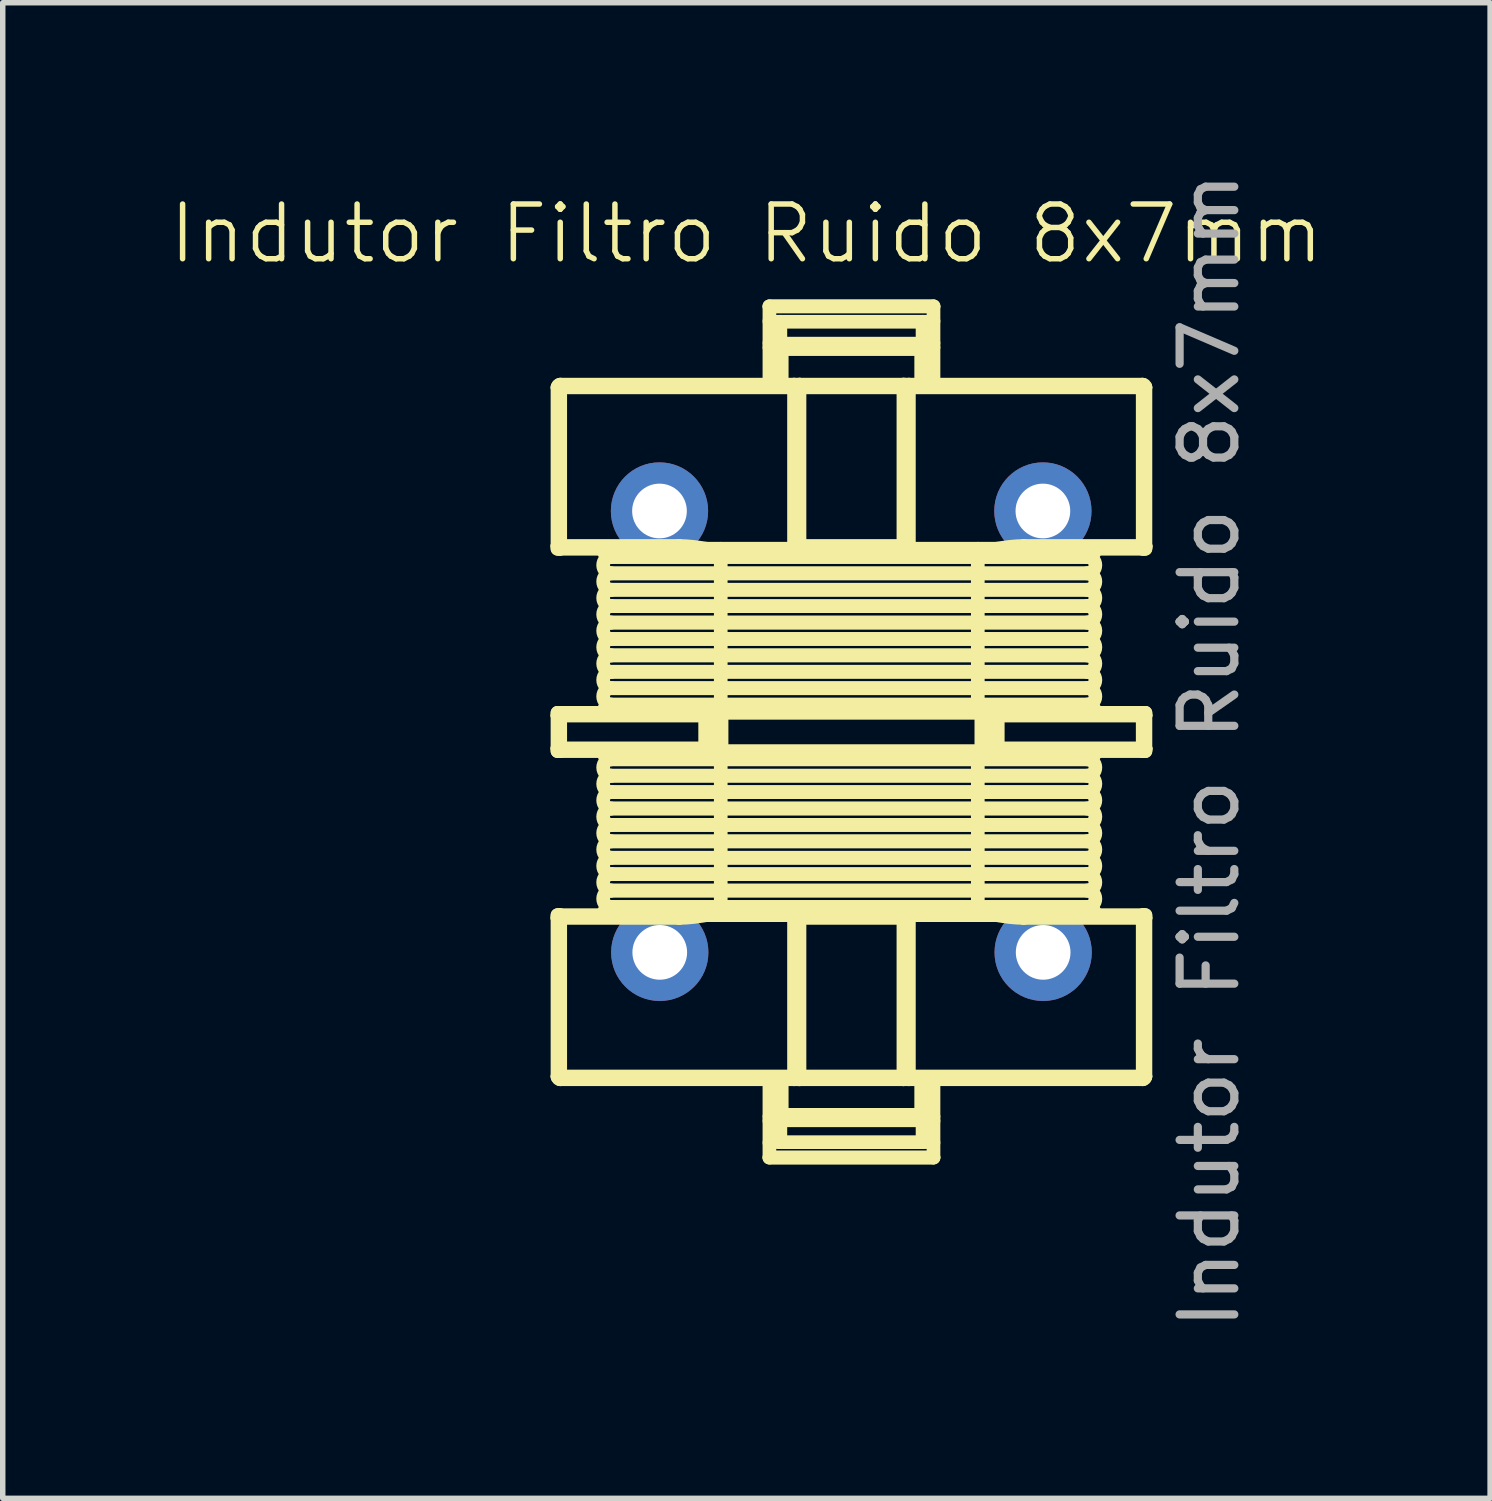
<source format=kicad_pcb>
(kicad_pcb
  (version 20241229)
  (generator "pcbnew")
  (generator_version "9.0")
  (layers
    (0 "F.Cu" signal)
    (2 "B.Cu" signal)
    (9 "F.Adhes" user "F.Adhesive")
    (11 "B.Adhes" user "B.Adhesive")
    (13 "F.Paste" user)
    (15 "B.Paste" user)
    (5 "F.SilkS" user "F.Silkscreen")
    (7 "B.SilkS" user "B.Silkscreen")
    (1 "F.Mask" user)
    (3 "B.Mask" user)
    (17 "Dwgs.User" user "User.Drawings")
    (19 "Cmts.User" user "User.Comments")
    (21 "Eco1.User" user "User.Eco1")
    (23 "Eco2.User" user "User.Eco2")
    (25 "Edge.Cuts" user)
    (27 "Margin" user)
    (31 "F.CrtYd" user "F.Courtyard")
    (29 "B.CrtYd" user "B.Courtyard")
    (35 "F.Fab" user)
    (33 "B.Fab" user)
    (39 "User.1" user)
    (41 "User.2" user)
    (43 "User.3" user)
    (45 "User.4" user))
  (footprint "Indutor Filtro Ruido 8x7mm"
    (layer "F.Cu")
    (at 10.598 1.723)
    (property "Reference" "Indutor Filtro Ruido 8x7mm" (at 0 -0.5 0) (unlocked yes) (layer "F.SilkS") (effects (font (size 1 1) (thickness 0.1))))
    (attr through_hole)
    (fp_line (start -3.455 2.31) (end -3.455 5.21) (stroke (width 0.25) (type solid)) (layer "F.SilkS"))
    (fp_line (start -3.455 2.31) (end 7.295 2.31) (stroke (width 0.25) (type solid)) (layer "F.SilkS"))
    (fp_line (start -3.455 8.31) (end -3.455 8.91) (stroke (width 0.25) (type solid)) (layer "F.SilkS"))
    (fp_line (start -3.455 12.01) (end -3.455 14.91) (stroke (width 0.25) (type solid)) (layer "F.SilkS"))
    (fp_line (start -3.455 12.01) (end -1.23 12.01) (stroke (width 0.25) (type solid)) (layer "F.SilkS"))
    (fp_line (start -3.405 5.26) (end -3.405 2.26) (stroke (width 0.25) (type solid)) (layer "F.SilkS"))
    (fp_line (start -3.405 5.26) (end -1.23 5.26) (stroke (width 0.25) (type solid)) (layer "F.SilkS"))
    (fp_line (start -3.405 8.26) (end -3.405 8.96) (stroke (width 0.25) (type solid)) (layer "F.SilkS"))
    (fp_line (start -3.405 8.96) (end -0.755 8.96) (stroke (width 0.25) (type solid)) (layer "F.SilkS"))
    (fp_line (start -3.405 14.96) (end -3.405 11.96) (stroke (width 0.25) (type solid)) (layer "F.SilkS"))
    (fp_line (start -3.405 14.96) (end 0.87 14.96) (stroke (width 0.25) (type solid)) (layer "F.SilkS"))
    (fp_line (start -2.47 5.41) (end 6.23 5.41) (stroke (width 0.25) (type solid)) (layer "F.SilkS"))
    (fp_line (start -2.47 5.71) (end 6.23 5.71) (stroke (width 0.25) (type solid)) (layer "F.SilkS"))
    (fp_line (start -2.47 6.01) (end 6.23 6.01) (stroke (width 0.25) (type solid)) (layer "F.SilkS"))
    (fp_line (start -2.47 6.31) (end 6.23 6.31) (stroke (width 0.25) (type solid)) (layer "F.SilkS"))
    (fp_line (start -2.47 6.61) (end 6.23 6.61) (stroke (width 0.25) (type solid)) (layer "F.SilkS"))
    (fp_line (start -2.47 6.91) (end 6.23 6.91) (stroke (width 0.25) (type solid)) (layer "F.SilkS"))
    (fp_line (start -2.47 7.21) (end 6.23 7.21) (stroke (width 0.25) (type solid)) (layer "F.SilkS"))
    (fp_line (start -2.47 7.51) (end 6.23 7.51) (stroke (width 0.25) (type solid)) (layer "F.SilkS"))
    (fp_line (start -2.47 7.81) (end 6.23 7.81) (stroke (width 0.25) (type solid)) (layer "F.SilkS"))
    (fp_line (start -2.47 8.11) (end 6.23 8.11) (stroke (width 0.25) (type solid)) (layer "F.SilkS"))
    (fp_line (start -2.47 9.11) (end 6.23 9.11) (stroke (width 0.25) (type solid)) (layer "F.SilkS"))
    (fp_line (start -2.47 9.41) (end 6.23 9.41) (stroke (width 0.25) (type solid)) (layer "F.SilkS"))
    (fp_line (start -2.47 9.71) (end 6.23 9.71) (stroke (width 0.25) (type solid)) (layer "F.SilkS"))
    (fp_line (start -2.47 10.01) (end 6.23 10.01) (stroke (width 0.25) (type solid)) (layer "F.SilkS"))
    (fp_line (start -2.47 10.31) (end 6.23 10.31) (stroke (width 0.25) (type solid)) (layer "F.SilkS"))
    (fp_line (start -2.47 10.61) (end 6.23 10.61) (stroke (width 0.25) (type solid)) (layer "F.SilkS"))
    (fp_line (start -2.47 10.91) (end 6.23 10.91) (stroke (width 0.25) (type solid)) (layer "F.SilkS"))
    (fp_line (start -2.47 11.21) (end 6.23 11.21) (stroke (width 0.25) (type solid)) (layer "F.SilkS"))
    (fp_line (start -2.47 11.51) (end 6.23 11.51) (stroke (width 0.25) (type solid)) (layer "F.SilkS"))
    (fp_line (start -2.47 11.81) (end 6.23 11.81) (stroke (width 0.25) (type solid)) (layer "F.SilkS"))
    (fp_line (start -1.23 5.21) (end -3.455 5.21) (stroke (width 0.25) (type solid)) (layer "F.SilkS"))
    (fp_line (start -1.23 5.21) (end -1.23 5.26) (stroke (width 0.25) (type solid)) (layer "F.SilkS"))
    (fp_line (start -1.23 11.96) (end -3.405 11.96) (stroke (width 0.25) (type solid)) (layer "F.SilkS"))
    (fp_line (start -1.23 12.01) (end -1.23 11.96) (stroke (width 0.25) (type solid)) (layer "F.SilkS"))
    (fp_line (start -0.755 8.26) (end -3.405 8.26) (stroke (width 0.25) (type solid)) (layer "F.SilkS"))
    (fp_line (start -0.755 8.96) (end -0.755 8.26) (stroke (width 0.25) (type solid)) (layer "F.SilkS"))
    (fp_line (start -0.736 11.96) (end 0.883 11.96) (stroke (width 0.25) (type solid)) (layer "F.SilkS"))
    (fp_line (start -0.705 8.91) (end -0.705 8.31) (stroke (width 0.25) (type solid)) (layer "F.SilkS"))
    (fp_line (start -0.665 8.26) (end 4.505 8.26) (stroke (width 0.25) (type solid)) (layer "F.SilkS"))
    (fp_line (start -0.665 8.96) (end 4.505 8.96) (stroke (width 0.25) (type solid)) (layer "F.SilkS"))
    (fp_line (start -0.652 8.31) (end -3.455 8.31) (stroke (width 0.25) (type solid)) (layer "F.SilkS"))
    (fp_line (start -0.652 8.31) (end -0.652 8.91) (stroke (width 0.25) (type solid)) (layer "F.SilkS"))
    (fp_line (start -0.652 8.91) (end -3.455 8.91) (stroke (width 0.25) (type solid)) (layer "F.SilkS"))
    (fp_line (start -0.47 5.26) (end -0.47 5.41) (stroke (width 0.25) (type solid)) (layer "F.SilkS"))
    (fp_line (start -0.47 5.41) (end -0.47 5.71) (stroke (width 0.25) (type solid)) (layer "F.SilkS"))
    (fp_line (start -0.47 5.71) (end -0.47 6.01) (stroke (width 0.25) (type solid)) (layer "F.SilkS"))
    (fp_line (start -0.47 6.01) (end -0.47 6.31) (stroke (width 0.25) (type solid)) (layer "F.SilkS"))
    (fp_line (start -0.47 6.31) (end -0.47 6.61) (stroke (width 0.25) (type solid)) (layer "F.SilkS"))
    (fp_line (start -0.47 6.61) (end -0.47 6.91) (stroke (width 0.25) (type solid)) (layer "F.SilkS"))
    (fp_line (start -0.47 6.91) (end -0.47 7.21) (stroke (width 0.25) (type solid)) (layer "F.SilkS"))
    (fp_line (start -0.47 7.21) (end -0.47 7.51) (stroke (width 0.25) (type solid)) (layer "F.SilkS"))
    (fp_line (start -0.47 7.51) (end -0.47 7.81) (stroke (width 0.25) (type solid)) (layer "F.SilkS"))
    (fp_line (start -0.47 7.81) (end -0.47 8.11) (stroke (width 0.25) (type solid)) (layer "F.SilkS"))
    (fp_line (start -0.47 8.11) (end -0.47 8.26) (stroke (width 0.25) (type solid)) (layer "F.SilkS"))
    (fp_line (start -0.47 8.96) (end -0.47 9.11) (stroke (width 0.25) (type solid)) (layer "F.SilkS"))
    (fp_line (start -0.47 9.11) (end -0.47 9.41) (stroke (width 0.25) (type solid)) (layer "F.SilkS"))
    (fp_line (start -0.47 9.41) (end -0.47 9.71) (stroke (width 0.25) (type solid)) (layer "F.SilkS"))
    (fp_line (start -0.47 9.71) (end -0.47 10.01) (stroke (width 0.25) (type solid)) (layer "F.SilkS"))
    (fp_line (start -0.47 10.01) (end -0.47 10.31) (stroke (width 0.25) (type solid)) (layer "F.SilkS"))
    (fp_line (start -0.47 10.31) (end -0.47 10.61) (stroke (width 0.25) (type solid)) (layer "F.SilkS"))
    (fp_line (start -0.47 10.61) (end -0.47 10.91) (stroke (width 0.25) (type solid)) (layer "F.SilkS"))
    (fp_line (start -0.47 10.91) (end -0.47 11.21) (stroke (width 0.25) (type solid)) (layer "F.SilkS"))
    (fp_line (start -0.47 11.21) (end -0.47 11.51) (stroke (width 0.25) (type solid)) (layer "F.SilkS"))
    (fp_line (start -0.47 11.51) (end -0.47 11.81) (stroke (width 0.25) (type solid)) (layer "F.SilkS"))
    (fp_line (start -0.47 11.81) (end -0.47 11.96) (stroke (width 0.25) (type solid)) (layer "F.SilkS"))
    (fp_line (start -0.455 8.96) (end -0.455 8.26) (stroke (width 0.25) (type solid)) (layer "F.SilkS"))
    (fp_line (start -0.43 5.41) (end -0.43 5.41) (stroke (width 0.25) (type solid)) (layer "F.SilkS"))
    (fp_line (start -0.43 6.31) (end -0.43 6.31) (stroke (width 0.25) (type solid)) (layer "F.SilkS"))
    (fp_line (start -0.43 7.21) (end -0.43 7.21) (stroke (width 0.25) (type solid)) (layer "F.SilkS"))
    (fp_line (start -0.43 7.51) (end -0.43 7.51) (stroke (width 0.25) (type solid)) (layer "F.SilkS"))
    (fp_line (start -0.43 7.81) (end -0.43 7.81) (stroke (width 0.25) (type solid)) (layer "F.SilkS"))
    (fp_line (start -0.43 9.71) (end -0.43 9.71) (stroke (width 0.25) (type solid)) (layer "F.SilkS"))
    (fp_line (start -0.43 10.01) (end -0.43 10.01) (stroke (width 0.25) (type solid)) (layer "F.SilkS"))
    (fp_line (start -0.43 10.91) (end -0.43 10.91) (stroke (width 0.25) (type solid)) (layer "F.SilkS"))
    (fp_line (start -0.43 11.81) (end -0.43 11.81) (stroke (width 0.25) (type solid)) (layer "F.SilkS"))
    (fp_line (start 0.42 1.578) (end 0.577 1.578) (stroke (width 0.25) (type solid)) (layer "F.SilkS"))
    (fp_line (start 0.42 2.26) (end 0.42 0.828) (stroke (width 0.25) (type solid)) (layer "F.SilkS"))
    (fp_line (start 0.42 16.391) (end 3.42 16.391) (stroke (width 0.25) (type solid)) (layer "F.SilkS"))
    (fp_line (start 0.42 16.392) (end 0.42 14.96) (stroke (width 0.25) (type solid)) (layer "F.SilkS"))
    (fp_line (start 0.42 16.392) (end 3.42 16.392) (stroke (width 0.25) (type solid)) (layer "F.SilkS"))
    (fp_line (start 0.545 1.61) (end 3.295 1.61) (stroke (width 0.25) (type solid)) (layer "F.SilkS"))
    (fp_line (start 0.545 2.26) (end 0.545 1.61) (stroke (width 0.25) (type solid)) (layer "F.SilkS"))
    (fp_line (start 0.545 15.61) (end 0.545 14.96) (stroke (width 0.25) (type solid)) (layer "F.SilkS"))
    (fp_line (start 0.545 15.61) (end 0.645 15.71) (stroke (width 0.25) (type solid)) (layer "F.SilkS"))
    (fp_line (start 0.577 15.642) (end 0.42 15.642) (stroke (width 0.25) (type solid)) (layer "F.SilkS"))
    (fp_line (start 0.62 1.11) (end 3.22 1.11) (stroke (width 0.25) (type solid)) (layer "F.SilkS"))
    (fp_line (start 0.62 1.51) (end 0.62 1.11) (stroke (width 0.25) (type solid)) (layer "F.SilkS"))
    (fp_line (start 0.62 15.71) (end 3.22 15.71) (stroke (width 0.25) (type solid)) (layer "F.SilkS"))
    (fp_line (start 0.62 16.11) (end 0.62 15.71) (stroke (width 0.25) (type solid)) (layer "F.SilkS"))
    (fp_line (start 0.645 1.51) (end 0.545 1.61) (stroke (width 0.25) (type solid)) (layer "F.SilkS"))
    (fp_line (start 0.645 2.26) (end 0.645 1.51) (stroke (width 0.25) (type solid)) (layer "F.SilkS"))
    (fp_line (start 0.645 15.71) (end 0.645 14.96) (stroke (width 0.25) (type solid)) (layer "F.SilkS"))
    (fp_line (start 0.87 2.26) (end -3.405 2.26) (stroke (width 0.25) (type solid)) (layer "F.SilkS"))
    (fp_line (start 0.87 2.26) (end 0.87 5.21) (stroke (width 0.25) (type solid)) (layer "F.SilkS"))
    (fp_line (start 0.87 12.01) (end 0.87 14.96) (stroke (width 0.25) (type solid)) (layer "F.SilkS"))
    (fp_line (start 0.87 12.01) (end 2.97 12.01) (stroke (width 0.25) (type solid)) (layer "F.SilkS"))
    (fp_line (start 0.883 5.26) (end -0.736 5.26) (stroke (width 0.25) (type solid)) (layer "F.SilkS"))
    (fp_line (start 0.92 2.31) (end 0.92 5.21) (stroke (width 0.25) (type solid)) (layer "F.SilkS"))
    (fp_line (start 0.92 12.01) (end 0.92 14.91) (stroke (width 0.25) (type solid)) (layer "F.SilkS"))
    (fp_line (start 0.97 5.26) (end 0.97 2.26) (stroke (width 0.25) (type solid)) (layer "F.SilkS"))
    (fp_line (start 0.97 5.26) (end 2.87 5.26) (stroke (width 0.25) (type solid)) (layer "F.SilkS"))
    (fp_line (start 0.97 14.96) (end 0.97 11.96) (stroke (width 0.25) (type solid)) (layer "F.SilkS"))
    (fp_line (start 0.97 14.96) (end 2.87 14.96) (stroke (width 0.25) (type solid)) (layer "F.SilkS"))
    (fp_line (start 2.87 2.26) (end 0.97 2.26) (stroke (width 0.25) (type solid)) (layer "F.SilkS"))
    (fp_line (start 2.87 2.26) (end 2.87 5.26) (stroke (width 0.25) (type solid)) (layer "F.SilkS"))
    (fp_line (start 2.87 11.96) (end 0.97 11.96) (stroke (width 0.25) (type solid)) (layer "F.SilkS"))
    (fp_line (start 2.87 11.96) (end 2.87 14.96) (stroke (width 0.25) (type solid)) (layer "F.SilkS"))
    (fp_line (start 2.92 5.21) (end 2.92 2.31) (stroke (width 0.25) (type solid)) (layer "F.SilkS"))
    (fp_line (start 2.92 14.91) (end 2.92 12.01) (stroke (width 0.25) (type solid)) (layer "F.SilkS"))
    (fp_line (start 2.957 11.96) (end 4.576 11.96) (stroke (width 0.25) (type solid)) (layer "F.SilkS"))
    (fp_line (start 2.97 5.21) (end 0.87 5.21) (stroke (width 0.25) (type solid)) (layer "F.SilkS"))
    (fp_line (start 2.97 5.21) (end 2.97 2.26) (stroke (width 0.25) (type solid)) (layer "F.SilkS"))
    (fp_line (start 2.97 14.96) (end 2.97 12.01) (stroke (width 0.25) (type solid)) (layer "F.SilkS"))
    (fp_line (start 2.97 14.96) (end 7.245 14.96) (stroke (width 0.25) (type solid)) (layer "F.SilkS"))
    (fp_line (start 3.195 1.51) (end 3.195 2.26) (stroke (width 0.25) (type solid)) (layer "F.SilkS"))
    (fp_line (start 3.195 1.51) (end 3.295 1.61) (stroke (width 0.25) (type solid)) (layer "F.SilkS"))
    (fp_line (start 3.195 14.96) (end 3.195 15.71) (stroke (width 0.25) (type solid)) (layer "F.SilkS"))
    (fp_line (start 3.22 1.11) (end 3.22 1.51) (stroke (width 0.25) (type solid)) (layer "F.SilkS"))
    (fp_line (start 3.22 1.51) (end 0.62 1.51) (stroke (width 0.25) (type solid)) (layer "F.SilkS"))
    (fp_line (start 3.22 15.71) (end 3.22 16.11) (stroke (width 0.25) (type solid)) (layer "F.SilkS"))
    (fp_line (start 3.22 16.11) (end 0.62 16.11) (stroke (width 0.25) (type solid)) (layer "F.SilkS"))
    (fp_line (start 3.263 1.578) (end 3.42 1.578) (stroke (width 0.25) (type solid)) (layer "F.SilkS"))
    (fp_line (start 3.295 1.61) (end 3.295 2.26) (stroke (width 0.25) (type solid)) (layer "F.SilkS"))
    (fp_line (start 3.295 14.96) (end 3.295 15.61) (stroke (width 0.25) (type solid)) (layer "F.SilkS"))
    (fp_line (start 3.295 15.61) (end 0.545 15.61) (stroke (width 0.25) (type solid)) (layer "F.SilkS"))
    (fp_line (start 3.295 15.61) (end 3.195 15.71) (stroke (width 0.25) (type solid)) (layer "F.SilkS"))
    (fp_line (start 3.42 0.828) (end 0.42 0.828) (stroke (width 0.25) (type solid)) (layer "F.SilkS"))
    (fp_line (start 3.42 0.829) (end 0.42 0.829) (stroke (width 0.25) (type solid)) (layer "F.SilkS"))
    (fp_line (start 3.42 2.26) (end 3.42 0.828) (stroke (width 0.25) (type solid)) (layer "F.SilkS"))
    (fp_line (start 3.42 15.642) (end 3.263 15.642) (stroke (width 0.25) (type solid)) (layer "F.SilkS"))
    (fp_line (start 3.42 16.392) (end 3.42 14.96) (stroke (width 0.25) (type solid)) (layer "F.SilkS"))
    (fp_line (start 4.23 5.41) (end 4.23 5.26) (stroke (width 0.25) (type solid)) (layer "F.SilkS"))
    (fp_line (start 4.23 5.71) (end 4.23 5.41) (stroke (width 0.25) (type solid)) (layer "F.SilkS"))
    (fp_line (start 4.23 6.01) (end 4.23 5.71) (stroke (width 0.25) (type solid)) (layer "F.SilkS"))
    (fp_line (start 4.23 6.31) (end 4.23 6.01) (stroke (width 0.25) (type solid)) (layer "F.SilkS"))
    (fp_line (start 4.23 6.61) (end 4.23 6.31) (stroke (width 0.25) (type solid)) (layer "F.SilkS"))
    (fp_line (start 4.23 6.91) (end 4.23 6.61) (stroke (width 0.25) (type solid)) (layer "F.SilkS"))
    (fp_line (start 4.23 7.21) (end 4.23 6.91) (stroke (width 0.25) (type solid)) (layer "F.SilkS"))
    (fp_line (start 4.23 7.51) (end 4.23 7.21) (stroke (width 0.25) (type solid)) (layer "F.SilkS"))
    (fp_line (start 4.23 7.81) (end 4.23 7.51) (stroke (width 0.25) (type solid)) (layer "F.SilkS"))
    (fp_line (start 4.23 8.11) (end 4.23 7.81) (stroke (width 0.25) (type solid)) (layer "F.SilkS"))
    (fp_line (start 4.23 8.26) (end 4.23 8.11) (stroke (width 0.25) (type solid)) (layer "F.SilkS"))
    (fp_line (start 4.23 9.11) (end 4.23 8.96) (stroke (width 0.25) (type solid)) (layer "F.SilkS"))
    (fp_line (start 4.23 9.41) (end 4.23 9.11) (stroke (width 0.25) (type solid)) (layer "F.SilkS"))
    (fp_line (start 4.23 9.71) (end 4.23 9.41) (stroke (width 0.25) (type solid)) (layer "F.SilkS"))
    (fp_line (start 4.23 10.01) (end 4.23 9.71) (stroke (width 0.25) (type solid)) (layer "F.SilkS"))
    (fp_line (start 4.23 10.31) (end 4.23 10.01) (stroke (width 0.25) (type solid)) (layer "F.SilkS"))
    (fp_line (start 4.23 10.61) (end 4.23 10.31) (stroke (width 0.25) (type solid)) (layer "F.SilkS"))
    (fp_line (start 4.23 10.91) (end 4.23 10.61) (stroke (width 0.25) (type solid)) (layer "F.SilkS"))
    (fp_line (start 4.23 11.21) (end 4.23 10.91) (stroke (width 0.25) (type solid)) (layer "F.SilkS"))
    (fp_line (start 4.23 11.51) (end 4.23 11.21) (stroke (width 0.25) (type solid)) (layer "F.SilkS"))
    (fp_line (start 4.23 11.81) (end 4.23 11.51) (stroke (width 0.25) (type solid)) (layer "F.SilkS"))
    (fp_line (start 4.23 11.96) (end 4.23 11.81) (stroke (width 0.25) (type solid)) (layer "F.SilkS"))
    (fp_line (start 4.27 5.41) (end 4.27 5.41) (stroke (width 0.25) (type solid)) (layer "F.SilkS"))
    (fp_line (start 4.27 6.31) (end 4.27 6.31) (stroke (width 0.25) (type solid)) (layer "F.SilkS"))
    (fp_line (start 4.27 7.21) (end 4.27 7.21) (stroke (width 0.25) (type solid)) (layer "F.SilkS"))
    (fp_line (start 4.27 10.01) (end 4.27 10.01) (stroke (width 0.25) (type solid)) (layer "F.SilkS"))
    (fp_line (start 4.27 10.91) (end 4.27 10.91) (stroke (width 0.25) (type solid)) (layer "F.SilkS"))
    (fp_line (start 4.27 11.81) (end 4.27 11.81) (stroke (width 0.25) (type solid)) (layer "F.SilkS"))
    (fp_line (start 4.295 8.26) (end 4.295 8.96) (stroke (width 0.25) (type solid)) (layer "F.SilkS"))
    (fp_line (start 4.492 8.91) (end 4.492 8.31) (stroke (width 0.25) (type solid)) (layer "F.SilkS"))
    (fp_line (start 4.545 8.31) (end 4.545 8.91) (stroke (width 0.25) (type solid)) (layer "F.SilkS"))
    (fp_line (start 4.576 5.26) (end 2.957 5.26) (stroke (width 0.25) (type solid)) (layer "F.SilkS"))
    (fp_line (start 4.595 8.26) (end 4.595 8.96) (stroke (width 0.25) (type solid)) (layer "F.SilkS"))
    (fp_line (start 4.595 8.96) (end 7.245 8.96) (stroke (width 0.25) (type solid)) (layer "F.SilkS"))
    (fp_line (start 5.07 5.21) (end 5.07 5.26) (stroke (width 0.25) (type solid)) (layer "F.SilkS"))
    (fp_line (start 5.07 5.26) (end 7.245 5.26) (stroke (width 0.25) (type solid)) (layer "F.SilkS"))
    (fp_line (start 5.07 12.01) (end 5.07 11.96) (stroke (width 0.25) (type solid)) (layer "F.SilkS"))
    (fp_line (start 5.07 12.01) (end 7.295 12.01) (stroke (width 0.25) (type solid)) (layer "F.SilkS"))
    (fp_line (start 6.23 5.41) (end -2.47 5.41) (stroke (width 0.25) (type solid)) (layer "F.SilkS"))
    (fp_line (start 6.23 5.71) (end -2.47 5.71) (stroke (width 0.25) (type solid)) (layer "F.SilkS"))
    (fp_line (start 6.23 6.01) (end -2.47 6.01) (stroke (width 0.25) (type solid)) (layer "F.SilkS"))
    (fp_line (start 6.23 6.31) (end -2.47 6.31) (stroke (width 0.25) (type solid)) (layer "F.SilkS"))
    (fp_line (start 6.23 6.61) (end -2.47 6.61) (stroke (width 0.25) (type solid)) (layer "F.SilkS"))
    (fp_line (start 6.23 6.91) (end -2.47 6.91) (stroke (width 0.25) (type solid)) (layer "F.SilkS"))
    (fp_line (start 6.23 7.21) (end -2.47 7.21) (stroke (width 0.25) (type solid)) (layer "F.SilkS"))
    (fp_line (start 6.23 7.51) (end -2.47 7.51) (stroke (width 0.25) (type solid)) (layer "F.SilkS"))
    (fp_line (start 6.23 7.81) (end -2.47 7.81) (stroke (width 0.25) (type solid)) (layer "F.SilkS"))
    (fp_line (start 6.23 8.11) (end -2.47 8.11) (stroke (width 0.25) (type solid)) (layer "F.SilkS"))
    (fp_line (start 6.23 9.11) (end -2.47 9.11) (stroke (width 0.25) (type solid)) (layer "F.SilkS"))
    (fp_line (start 6.23 9.41) (end -2.47 9.41) (stroke (width 0.25) (type solid)) (layer "F.SilkS"))
    (fp_line (start 6.23 9.71) (end -2.47 9.71) (stroke (width 0.25) (type solid)) (layer "F.SilkS"))
    (fp_line (start 6.23 10.01) (end -2.47 10.01) (stroke (width 0.25) (type solid)) (layer "F.SilkS"))
    (fp_line (start 6.23 10.31) (end -2.47 10.31) (stroke (width 0.25) (type solid)) (layer "F.SilkS"))
    (fp_line (start 6.23 10.61) (end -2.47 10.61) (stroke (width 0.25) (type solid)) (layer "F.SilkS"))
    (fp_line (start 6.23 10.91) (end -2.47 10.91) (stroke (width 0.25) (type solid)) (layer "F.SilkS"))
    (fp_line (start 6.23 11.21) (end -2.47 11.21) (stroke (width 0.25) (type solid)) (layer "F.SilkS"))
    (fp_line (start 6.23 11.51) (end -2.47 11.51) (stroke (width 0.25) (type solid)) (layer "F.SilkS"))
    (fp_line (start 6.23 11.81) (end -2.47 11.81) (stroke (width 0.25) (type solid)) (layer "F.SilkS"))
    (fp_line (start 7.245 2.26) (end 2.97 2.26) (stroke (width 0.25) (type solid)) (layer "F.SilkS"))
    (fp_line (start 7.245 2.26) (end 7.245 5.26) (stroke (width 0.25) (type solid)) (layer "F.SilkS"))
    (fp_line (start 7.245 8.26) (end 4.595 8.26) (stroke (width 0.25) (type solid)) (layer "F.SilkS"))
    (fp_line (start 7.245 8.26) (end 7.245 8.96) (stroke (width 0.25) (type solid)) (layer "F.SilkS"))
    (fp_line (start 7.245 11.96) (end 5.07 11.96) (stroke (width 0.25) (type solid)) (layer "F.SilkS"))
    (fp_line (start 7.245 11.96) (end 7.245 14.96) (stroke (width 0.25) (type solid)) (layer "F.SilkS"))
    (fp_line (start 7.295 2.31) (end 7.295 5.21) (stroke (width 0.25) (type solid)) (layer "F.SilkS"))
    (fp_line (start 7.295 5.21) (end 5.07 5.21) (stroke (width 0.25) (type solid)) (layer "F.SilkS"))
    (fp_line (start 7.295 8.31) (end 4.492 8.31) (stroke (width 0.25) (type solid)) (layer "F.SilkS"))
    (fp_line (start 7.295 8.31) (end 7.295 8.91) (stroke (width 0.25) (type solid)) (layer "F.SilkS"))
    (fp_line (start 7.295 8.91) (end 4.492 8.91) (stroke (width 0.25) (type solid)) (layer "F.SilkS"))
    (fp_line (start 7.295 12.01) (end 7.295 14.91) (stroke (width 0.25) (type solid)) (layer "F.SilkS"))
    (fp_line (start 7.295 14.91) (end -3.455 14.91) (stroke (width 0.25) (type solid)) (layer "F.SilkS"))
    (fp_arc (start -3.455 2.31) (mid -3.440355 2.274645) (end -3.405 2.26) (stroke (width 0.25) (type solid)) (layer "F.SilkS"))
    (fp_arc (start -3.455 8.31) (mid -3.440355 8.274645) (end -3.405 8.26) (stroke (width 0.25) (type solid)) (layer "F.SilkS"))
    (fp_arc (start -3.455 12.01) (mid -3.440355 11.974645) (end -3.405 11.96) (stroke (width 0.25) (type solid)) (layer "F.SilkS"))
    (fp_arc (start -3.405 5.26) (mid -3.440355 5.245355) (end -3.455 5.21) (stroke (width 0.25) (type solid)) (layer "F.SilkS"))
    (fp_arc (start -3.405 8.96) (mid -3.440355 8.945355) (end -3.455 8.91) (stroke (width 0.25) (type solid)) (layer "F.SilkS"))
    (fp_arc (start -3.405 14.96) (mid -3.440355 14.945355) (end -3.455 14.91) (stroke (width 0.25) (type solid)) (layer "F.SilkS"))
    (fp_arc (start -2.620152 8.2601) (mid -2.576218 8.154034) (end -2.470152 8.1101) (stroke (width 0.25) (type solid)) (layer "F.SilkS"))
    (fp_arc (start -2.620152 11.96) (mid -2.576218 11.853934) (end -2.470152 11.81) (stroke (width 0.25) (type solid)) (layer "F.SilkS"))
    (fp_arc (start -2.470152 5.41) (mid -2.576218 5.366066) (end -2.620152 5.26) (stroke (width 0.25) (type solid)) (layer "F.SilkS"))
    (fp_arc (start -2.470152 5.71001) (mid -2.620152 5.56001) (end -2.470152 5.41001) (stroke (width 0.25) (type solid)) (layer "F.SilkS"))
    (fp_arc (start -2.470152 6.01002) (mid -2.620152 5.86002) (end -2.470152 5.71002) (stroke (width 0.25) (type solid)) (layer "F.SilkS"))
    (fp_arc (start -2.470152 6.31003) (mid -2.620152 6.16003) (end -2.470152 6.01003) (stroke (width 0.25) (type solid)) (layer "F.SilkS"))
    (fp_arc (start -2.470152 6.61004) (mid -2.620152 6.46004) (end -2.470152 6.31004) (stroke (width 0.25) (type solid)) (layer "F.SilkS"))
    (fp_arc (start -2.470152 6.91005) (mid -2.620152 6.76005) (end -2.470152 6.61005) (stroke (width 0.25) (type solid)) (layer "F.SilkS"))
    (fp_arc (start -2.470152 7.21006) (mid -2.620152 7.06006) (end -2.470152 6.91006) (stroke (width 0.25) (type solid)) (layer "F.SilkS"))
    (fp_arc (start -2.470152 7.51007) (mid -2.620152 7.36007) (end -2.470152 7.21007) (stroke (width 0.25) (type solid)) (layer "F.SilkS"))
    (fp_arc (start -2.470152 7.81008) (mid -2.620152 7.66008) (end -2.470152 7.51008) (stroke (width 0.25) (type solid)) (layer "F.SilkS"))
    (fp_arc (start -2.470152 8.11009) (mid -2.620152 7.96009) (end -2.470152 7.81009) (stroke (width 0.25) (type solid)) (layer "F.SilkS"))
    (fp_arc (start -2.470152 9.1099) (mid -2.576218 9.065966) (end -2.620152 8.9599) (stroke (width 0.25) (type solid)) (layer "F.SilkS"))
    (fp_arc (start -2.470152 9.40991) (mid -2.620152 9.25991) (end -2.470152 9.10991) (stroke (width 0.25) (type solid)) (layer "F.SilkS"))
    (fp_arc (start -2.470152 9.70992) (mid -2.620152 9.55992) (end -2.470152 9.40992) (stroke (width 0.25) (type solid)) (layer "F.SilkS"))
    (fp_arc (start -2.470152 10.00993) (mid -2.620152 9.85993) (end -2.470152 9.70993) (stroke (width 0.25) (type solid)) (layer "F.SilkS"))
    (fp_arc (start -2.470152 10.30994) (mid -2.620152 10.15994) (end -2.470152 10.00994) (stroke (width 0.25) (type solid)) (layer "F.SilkS"))
    (fp_arc (start -2.470152 10.60995) (mid -2.620152 10.45995) (end -2.470152 10.30995) (stroke (width 0.25) (type solid)) (layer "F.SilkS"))
    (fp_arc (start -2.470152 10.90996) (mid -2.620152 10.75996) (end -2.470152 10.60996) (stroke (width 0.25) (type solid)) (layer "F.SilkS"))
    (fp_arc (start -2.470152 11.20997) (mid -2.620152 11.05997) (end -2.470152 10.90997) (stroke (width 0.25) (type solid)) (layer "F.SilkS"))
    (fp_arc (start -2.470152 11.50998) (mid -2.620152 11.35998) (end -2.470152 11.20998) (stroke (width 0.25) (type solid)) (layer "F.SilkS"))
    (fp_arc (start -2.470152 11.80999) (mid -2.620152 11.65999) (end -2.470152 11.50999) (stroke (width 0.25) (type solid)) (layer "F.SilkS"))
    (fp_arc (start -0.755 8.26) (mid -0.719645 8.274645) (end -0.705 8.31) (stroke (width 0.25) (type solid)) (layer "F.SilkS"))
    (fp_arc (start -0.755 8.96) (mid -0.752144 8.967071) (end -0.75152 8.974671) (stroke (width 0.25) (type solid)) (layer "F.SilkS"))
    (fp_arc (start -0.75152 8.245329) (mid -0.752144 8.252929) (end -0.755 8.26) (stroke (width 0.25) (type solid)) (layer "F.SilkS"))
    (fp_arc (start -0.705 8.91) (mid -0.719645 8.945355) (end -0.755 8.96) (stroke (width 0.25) (type solid)) (layer "F.SilkS"))
    (fp_arc (start 0.42 15.719988) (mid 0.519752 15.710025) (end 0.62 15.71) (stroke (width 0.25) (type solid)) (layer "F.SilkS"))
    (fp_arc (start 0.42 16.119488) (mid 0.519752 16.109526) (end 0.62 16.109501) (stroke (width 0.25) (type solid)) (layer "F.SilkS"))
    (fp_arc (start 0.62 1.110499) (mid 0.519752 1.110474) (end 0.42 1.100512) (stroke (width 0.25) (type solid)) (layer "F.SilkS"))
    (fp_arc (start 0.62 1.51) (mid 0.519752 1.509975) (end 0.42 1.500012) (stroke (width 0.25) (type solid)) (layer "F.SilkS"))
    (fp_arc (start 0.92 2.31) (mid 0.934645 2.274645) (end 0.97 2.26) (stroke (width 0.25) (type solid)) (layer "F.SilkS"))
    (fp_arc (start 0.92 12.01) (mid 0.934645 11.974645) (end 0.97 11.96) (stroke (width 0.25) (type solid)) (layer "F.SilkS"))
    (fp_arc (start 0.97 5.26) (mid 0.934645 5.245355) (end 0.92 5.21) (stroke (width 0.25) (type solid)) (layer "F.SilkS"))
    (fp_arc (start 0.97 14.96) (mid 0.934645 14.945355) (end 0.92 14.91) (stroke (width 0.25) (type solid)) (layer "F.SilkS"))
    (fp_arc (start 2.87 2.26) (mid 2.905355 2.274645) (end 2.92 2.31) (stroke (width 0.25) (type solid)) (layer "F.SilkS"))
    (fp_arc (start 2.87 11.96) (mid 2.905355 11.974645) (end 2.92 12.01) (stroke (width 0.25) (type solid)) (layer "F.SilkS"))
    (fp_arc (start 2.92 5.21) (mid 2.905355 5.245355) (end 2.87 5.26) (stroke (width 0.25) (type solid)) (layer "F.SilkS"))
    (fp_arc (start 2.92 14.91) (mid 2.905355 14.945355) (end 2.87 14.96) (stroke (width 0.25) (type solid)) (layer "F.SilkS"))
    (fp_arc (start 3.22 15.71) (mid 3.320248 15.710022) (end 3.42 15.719988) (stroke (width 0.25) (type solid)) (layer "F.SilkS"))
    (fp_arc (start 3.22 16.109501) (mid 3.320248 16.109523) (end 3.42 16.119488) (stroke (width 0.25) (type solid)) (layer "F.SilkS"))
    (fp_arc (start 3.42 1.100512) (mid 3.320248 1.110475) (end 3.22 1.110499) (stroke (width 0.25) (type solid)) (layer "F.SilkS"))
    (fp_arc (start 3.42 1.500012) (mid 3.320248 1.509968) (end 3.22 1.51) (stroke (width 0.25) (type solid)) (layer "F.SilkS"))
    (fp_arc (start 4.545 8.31) (mid 4.559645 8.274645) (end 4.595 8.26) (stroke (width 0.25) (type solid)) (layer "F.SilkS"))
    (fp_arc (start 4.595 8.96) (mid 4.559645 8.945355) (end 4.545 8.91) (stroke (width 0.25) (type solid)) (layer "F.SilkS"))
    (fp_arc (start 6.229848 5.41001) (mid 6.37985 5.56001) (end 6.229848 5.71001) (stroke (width 0.25) (type solid)) (layer "F.SilkS"))
    (fp_arc (start 6.229848 5.71002) (mid 6.37985 5.86002) (end 6.229848 6.01002) (stroke (width 0.25) (type solid)) (layer "F.SilkS"))
    (fp_arc (start 6.229848 6.01003) (mid 6.37985 6.16003) (end 6.229848 6.31003) (stroke (width 0.25) (type solid)) (layer "F.SilkS"))
    (fp_arc (start 6.229848 6.31004) (mid 6.37985 6.46004) (end 6.229848 6.61004) (stroke (width 0.25) (type solid)) (layer "F.SilkS"))
    (fp_arc (start 6.229848 6.61005) (mid 6.37985 6.76005) (end 6.229848 6.91005) (stroke (width 0.25) (type solid)) (layer "F.SilkS"))
    (fp_arc (start 6.229848 6.91006) (mid 6.37985 7.06006) (end 6.229848 7.21006) (stroke (width 0.25) (type solid)) (layer "F.SilkS"))
    (fp_arc (start 6.229848 7.21007) (mid 6.37985 7.36007) (end 6.229848 7.51007) (stroke (width 0.25) (type solid)) (layer "F.SilkS"))
    (fp_arc (start 6.229848 7.51008) (mid 6.37985 7.66008) (end 6.229848 7.81008) (stroke (width 0.25) (type solid)) (layer "F.SilkS"))
    (fp_arc (start 6.229848 7.81009) (mid 6.37985 7.96009) (end 6.229848 8.11009) (stroke (width 0.25) (type solid)) (layer "F.SilkS"))
    (fp_arc (start 6.229848 8.1101) (mid 6.335918 8.154045) (end 6.379848 8.2601) (stroke (width 0.25) (type solid)) (layer "F.SilkS"))
    (fp_arc (start 6.229848 9.10991) (mid 6.37985 9.25991) (end 6.229848 9.40991) (stroke (width 0.25) (type solid)) (layer "F.SilkS"))
    (fp_arc (start 6.229848 9.40992) (mid 6.37985 9.55992) (end 6.229848 9.70992) (stroke (width 0.25) (type solid)) (layer "F.SilkS"))
    (fp_arc (start 6.229848 9.70993) (mid 6.37985 9.85993) (end 6.229848 10.00993) (stroke (width 0.25) (type solid)) (layer "F.SilkS"))
    (fp_arc (start 6.229848 10.00994) (mid 6.37985 10.15994) (end 6.229848 10.30994) (stroke (width 0.25) (type solid)) (layer "F.SilkS"))
    (fp_arc (start 6.229848 10.30995) (mid 6.37985 10.45995) (end 6.229848 10.60995) (stroke (width 0.25) (type solid)) (layer "F.SilkS"))
    (fp_arc (start 6.229848 10.60996) (mid 6.37985 10.75996) (end 6.229848 10.90996) (stroke (width 0.25) (type solid)) (layer "F.SilkS"))
    (fp_arc (start 6.229848 10.90997) (mid 6.37985 11.05997) (end 6.229848 11.20997) (stroke (width 0.25) (type solid)) (layer "F.SilkS"))
    (fp_arc (start 6.229848 11.20998) (mid 6.37985 11.35998) (end 6.229848 11.50998) (stroke (width 0.25) (type solid)) (layer "F.SilkS"))
    (fp_arc (start 6.229848 11.50999) (mid 6.37985 11.65999) (end 6.229848 11.80999) (stroke (width 0.25) (type solid)) (layer "F.SilkS"))
    (fp_arc (start 6.229848 11.81) (mid 6.335918 11.853945) (end 6.379848 11.96) (stroke (width 0.25) (type solid)) (layer "F.SilkS"))
    (fp_arc (start 6.379848 5.26) (mid 6.335911 5.366048) (end 6.229848 5.41) (stroke (width 0.25) (type solid)) (layer "F.SilkS"))
    (fp_arc (start 6.379848 8.9599) (mid 6.335911 9.065948) (end 6.229848 9.1099) (stroke (width 0.25) (type solid)) (layer "F.SilkS"))
    (fp_arc (start 7.245 2.26) (mid 7.280355 2.274645) (end 7.295 2.31) (stroke (width 0.25) (type solid)) (layer "F.SilkS"))
    (fp_arc (start 7.245 8.26) (mid 7.280355 8.274645) (end 7.295 8.31) (stroke (width 0.25) (type solid)) (layer "F.SilkS"))
    (fp_arc (start 7.245 11.96) (mid 7.280355 11.974645) (end 7.295 12.01) (stroke (width 0.25) (type solid)) (layer "F.SilkS"))
    (fp_arc (start 7.295 5.21) (mid 7.280355 5.245355) (end 7.245 5.26) (stroke (width 0.25) (type solid)) (layer "F.SilkS"))
    (fp_arc (start 7.295 8.91) (mid 7.280355 8.945355) (end 7.245 8.96) (stroke (width 0.25) (type solid)) (layer "F.SilkS"))
    (fp_arc (start 7.295 14.91) (mid 7.280355 14.945355) (end 7.245 14.96) (stroke (width 0.25) (type solid)) (layer "F.SilkS"))
    (fp_curve (pts (xy -3.455 5.26) (xy -3.455 5.233) (xy -3.455 5.21) (xy -3.455 5.21)) (stroke (width 0.25) (type solid)) (layer "F.SilkS"))
    (fp_curve (pts (xy -3.455 5.26) (xy -3.453 5.26) (xy -3.45 5.26) (xy -3.442 5.26)) (stroke (width 0.25) (type solid)) (layer "F.SilkS"))
    (fp_curve (pts (xy -3.455 8.31) (xy -3.455 8.31) (xy -3.455 8.287) (xy -3.455 8.26)) (stroke (width 0.25) (type solid)) (layer "F.SilkS"))
    (fp_curve (pts (xy -3.455 8.96) (xy -3.455 8.933) (xy -3.455 8.91) (xy -3.455 8.91)) (stroke (width 0.25) (type solid)) (layer "F.SilkS"))
    (fp_curve (pts (xy -3.455 8.96) (xy -3.453 8.96) (xy -3.45 8.96) (xy -3.442 8.96)) (stroke (width 0.25) (type solid)) (layer "F.SilkS"))
    (fp_curve (pts (xy -3.455 12.01) (xy -3.455 12.01) (xy -3.455 11.987) (xy -3.455 11.96)) (stroke (width 0.25) (type solid)) (layer "F.SilkS"))
    (fp_curve (pts (xy -3.442 5.26) (xy -3.436 5.26) (xy -3.425 5.26) (xy -3.413 5.26)) (stroke (width 0.25) (type solid)) (layer "F.SilkS"))
    (fp_curve (pts (xy -3.442 8.26) (xy -3.452 8.26) (xy -3.453 8.26) (xy -3.455 8.26)) (stroke (width 0.25) (type solid)) (layer "F.SilkS"))
    (fp_curve (pts (xy -3.442 8.96) (xy -3.436 8.96) (xy -3.425 8.96) (xy -3.413 8.96)) (stroke (width 0.25) (type solid)) (layer "F.SilkS"))
    (fp_curve (pts (xy -3.442 11.96) (xy -3.452 11.96) (xy -3.453 11.96) (xy -3.455 11.96)) (stroke (width 0.25) (type solid)) (layer "F.SilkS"))
    (fp_curve (pts (xy -3.432 8.26) (xy -3.436 8.26) (xy -3.439 8.26) (xy -3.442 8.26)) (stroke (width 0.25) (type solid)) (layer "F.SilkS"))
    (fp_curve (pts (xy -3.432 11.96) (xy -3.436 11.96) (xy -3.439 11.96) (xy -3.442 11.96)) (stroke (width 0.25) (type solid)) (layer "F.SilkS"))
    (fp_curve (pts (xy -1.23 5.21) (xy -1.064 5.21) (xy -0.899 5.233) (xy -0.736 5.26)) (stroke (width 0.25) (type solid)) (layer "F.SilkS"))
    (fp_curve (pts (xy -1.23 5.26) (xy -1.179 5.26) (xy -1.128 5.26) (xy -1.077 5.26)) (stroke (width 0.25) (type solid)) (layer "F.SilkS"))
    (fp_curve (pts (xy -1.077 5.26) (xy -1.041 5.26) (xy -1.005 5.26) (xy -0.969 5.26)) (stroke (width 0.25) (type solid)) (layer "F.SilkS"))
    (fp_curve (pts (xy -1.077 11.96) (xy -1.128 11.96) (xy -1.179 11.96) (xy -1.23 11.96)) (stroke (width 0.25) (type solid)) (layer "F.SilkS"))
    (fp_curve (pts (xy -1.005 8.26) (xy -0.972 8.26) (xy -0.938 8.259) (xy -0.905 8.257)) (stroke (width 0.25) (type solid)) (layer "F.SilkS"))
    (fp_curve (pts (xy -0.969 5.26) (xy -0.924 5.26) (xy -0.879 5.26) (xy -0.834 5.26)) (stroke (width 0.25) (type solid)) (layer "F.SilkS"))
    (fp_curve (pts (xy -0.969 11.96) (xy -1.005 11.96) (xy -1.041 11.96) (xy -1.077 11.96)) (stroke (width 0.25) (type solid)) (layer "F.SilkS"))
    (fp_curve (pts (xy -0.905 8.257) (xy -0.854 8.255) (xy -0.803 8.25) (xy -0.752 8.245)) (stroke (width 0.25) (type solid)) (layer "F.SilkS"))
    (fp_curve (pts (xy -0.851 8.966) (xy -0.902 8.962) (xy -0.954 8.96) (xy -1.005 8.96)) (stroke (width 0.25) (type solid)) (layer "F.SilkS"))
    (fp_curve (pts (xy -0.834 5.26) (xy -0.802 5.26) (xy -0.769 5.26) (xy -0.736 5.26)) (stroke (width 0.25) (type solid)) (layer "F.SilkS"))
    (fp_curve (pts (xy -0.834 11.96) (xy -0.879 11.96) (xy -0.924 11.96) (xy -0.969 11.96)) (stroke (width 0.25) (type solid)) (layer "F.SilkS"))
    (fp_curve (pts (xy -0.752 8.975) (xy -0.785 8.971) (xy -0.818 8.968) (xy -0.851 8.966)) (stroke (width 0.25) (type solid)) (layer "F.SilkS"))
    (fp_curve (pts (xy -0.736 11.96) (xy -0.899 11.987) (xy -1.064 12.01) (xy -1.23 12.01)) (stroke (width 0.25) (type solid)) (layer "F.SilkS"))
    (fp_curve (pts (xy -0.736 11.96) (xy -0.769 11.96) (xy -0.802 11.96) (xy -0.834 11.96)) (stroke (width 0.25) (type solid)) (layer "F.SilkS"))
    (fp_curve (pts (xy -0.665 8.26) (xy -0.661 8.268) (xy -0.657 8.276) (xy -0.655 8.284)) (stroke (width 0.25) (type solid)) (layer "F.SilkS"))
    (fp_curve (pts (xy -0.655 8.936) (xy -0.657 8.944) (xy -0.661 8.952) (xy -0.665 8.96)) (stroke (width 0.25) (type solid)) (layer "F.SilkS"))
    (fp_curve (pts (xy -0.655 8.284) (xy -0.653 8.292) (xy -0.652 8.301) (xy -0.652 8.31)) (stroke (width 0.25) (type solid)) (layer "F.SilkS"))
    (fp_curve (pts (xy -0.652 8.91) (xy -0.652 8.919) (xy -0.653 8.928) (xy -0.655 8.936)) (stroke (width 0.25) (type solid)) (layer "F.SilkS"))
    (fp_curve (pts (xy 0.87 2.26) (xy 0.925 2.26) (xy 0.97 2.26) (xy 0.97 2.26)) (stroke (width 0.25) (type solid)) (layer "F.SilkS"))
    (fp_curve (pts (xy 0.873 11.984) (xy 0.871 11.992) (xy 0.871 12.001) (xy 0.87 12.01)) (stroke (width 0.25) (type solid)) (layer "F.SilkS"))
    (fp_curve (pts (xy 0.883 5.26) (xy 0.875 5.245) (xy 0.87 5.228) (xy 0.87 5.21)) (stroke (width 0.25) (type solid)) (layer "F.SilkS"))
    (fp_curve (pts (xy 0.883 11.96) (xy 0.879 11.968) (xy 0.876 11.976) (xy 0.873 11.984)) (stroke (width 0.25) (type solid)) (layer "F.SilkS"))
    (fp_curve (pts (xy 0.883 11.96) (xy 0.892 11.96) (xy 0.901 11.96) (xy 0.909 11.96)) (stroke (width 0.25) (type solid)) (layer "F.SilkS"))
    (fp_curve (pts (xy 0.909 5.26) (xy 0.901 5.26) (xy 0.892 5.26) (xy 0.883 5.26)) (stroke (width 0.25) (type solid)) (layer "F.SilkS"))
    (fp_curve (pts (xy 0.909 11.96) (xy 0.917 11.96) (xy 0.924 11.96) (xy 0.931 11.96)) (stroke (width 0.25) (type solid)) (layer "F.SilkS"))
    (fp_curve (pts (xy 0.931 5.26) (xy 0.924 5.26) (xy 0.917 5.26) (xy 0.909 5.26)) (stroke (width 0.25) (type solid)) (layer "F.SilkS"))
    (fp_curve (pts (xy 0.931 11.96) (xy 0.946 11.96) (xy 0.958 11.96) (xy 0.97 11.96)) (stroke (width 0.25) (type solid)) (layer "F.SilkS"))
    (fp_curve (pts (xy 0.941 14.96) (xy 0.922 14.96) (xy 0.897 14.96) (xy 0.87 14.96)) (stroke (width 0.25) (type solid)) (layer "F.SilkS"))
    (fp_curve (pts (xy 0.97 5.26) (xy 0.958 5.26) (xy 0.946 5.26) (xy 0.931 5.26)) (stroke (width 0.25) (type solid)) (layer "F.SilkS"))
    (fp_curve (pts (xy 0.97 14.96) (xy 0.97 14.96) (xy 0.959 14.96) (xy 0.941 14.96)) (stroke (width 0.25) (type solid)) (layer "F.SilkS"))
    (fp_curve (pts (xy 2.87 2.26) (xy 2.87 2.26) (xy 2.881 2.26) (xy 2.899 2.26)) (stroke (width 0.25) (type solid)) (layer "F.SilkS"))
    (fp_curve (pts (xy 2.87 11.96) (xy 2.882 11.96) (xy 2.894 11.96) (xy 2.909 11.96)) (stroke (width 0.25) (type solid)) (layer "F.SilkS"))
    (fp_curve (pts (xy 2.899 2.26) (xy 2.918 2.26) (xy 2.943 2.26) (xy 2.97 2.26)) (stroke (width 0.25) (type solid)) (layer "F.SilkS"))
    (fp_curve (pts (xy 2.909 5.26) (xy 2.894 5.26) (xy 2.882 5.26) (xy 2.87 5.26)) (stroke (width 0.25) (type solid)) (layer "F.SilkS"))
    (fp_curve (pts (xy 2.909 11.96) (xy 2.916 11.96) (xy 2.923 11.96) (xy 2.931 11.96)) (stroke (width 0.25) (type solid)) (layer "F.SilkS"))
    (fp_curve (pts (xy 2.931 5.26) (xy 2.923 5.26) (xy 2.916 5.26) (xy 2.909 5.26)) (stroke (width 0.25) (type solid)) (layer "F.SilkS"))
    (fp_curve (pts (xy 2.931 11.96) (xy 2.939 11.96) (xy 2.948 11.96) (xy 2.957 11.96)) (stroke (width 0.25) (type solid)) (layer "F.SilkS"))
    (fp_curve (pts (xy 2.957 5.26) (xy 2.948 5.26) (xy 2.939 5.26) (xy 2.931 5.26)) (stroke (width 0.25) (type solid)) (layer "F.SilkS"))
    (fp_curve (pts (xy 2.957 5.26) (xy 2.961 5.252) (xy 2.964 5.244) (xy 2.967 5.236)) (stroke (width 0.25) (type solid)) (layer "F.SilkS"))
    (fp_curve (pts (xy 2.957 11.96) (xy 2.965 11.975) (xy 2.97 11.992) (xy 2.97 12.01)) (stroke (width 0.25) (type solid)) (layer "F.SilkS"))
    (fp_curve (pts (xy 2.967 5.236) (xy 2.969 5.228) (xy 2.969 5.219) (xy 2.97 5.21)) (stroke (width 0.25) (type solid)) (layer "F.SilkS"))
    (fp_curve (pts (xy 2.97 14.96) (xy 2.915 14.96) (xy 2.87 14.96) (xy 2.87 14.96)) (stroke (width 0.25) (type solid)) (layer "F.SilkS"))
    (fp_curve (pts (xy 4.492 8.31) (xy 4.492 8.301) (xy 4.493 8.292) (xy 4.495 8.284)) (stroke (width 0.25) (type solid)) (layer "F.SilkS"))
    (fp_curve (pts (xy 4.495 8.936) (xy 4.493 8.928) (xy 4.492 8.919) (xy 4.492 8.91)) (stroke (width 0.25) (type solid)) (layer "F.SilkS"))
    (fp_curve (pts (xy 4.495 8.284) (xy 4.497 8.276) (xy 4.501 8.268) (xy 4.505 8.26)) (stroke (width 0.25) (type solid)) (layer "F.SilkS"))
    (fp_curve (pts (xy 4.505 8.96) (xy 4.501 8.952) (xy 4.497 8.944) (xy 4.495 8.936)) (stroke (width 0.25) (type solid)) (layer "F.SilkS"))
    (fp_curve (pts (xy 4.529 8.26) (xy 4.521 8.26) (xy 4.513 8.26) (xy 4.505 8.26)) (stroke (width 0.25) (type solid)) (layer "F.SilkS"))
    (fp_curve (pts (xy 4.532 8.959) (xy 4.523 8.959) (xy 4.514 8.96) (xy 4.505 8.96)) (stroke (width 0.25) (type solid)) (layer "F.SilkS"))
    (fp_curve (pts (xy 4.554 8.96) (xy 4.547 8.96) (xy 4.539 8.959) (xy 4.532 8.959)) (stroke (width 0.25) (type solid)) (layer "F.SilkS"))
    (fp_curve (pts (xy 4.554 8.26) (xy 4.546 8.26) (xy 4.538 8.26) (xy 4.529 8.26)) (stroke (width 0.25) (type solid)) (layer "F.SilkS"))
    (fp_curve (pts (xy 4.571 8.26) (xy 4.566 8.26) (xy 4.56 8.26) (xy 4.554 8.26)) (stroke (width 0.25) (type solid)) (layer "F.SilkS"))
    (fp_curve (pts (xy 4.576 5.26) (xy 4.609 5.26) (xy 4.642 5.26) (xy 4.674 5.26)) (stroke (width 0.25) (type solid)) (layer "F.SilkS"))
    (fp_curve (pts (xy 4.576 5.26) (xy 4.739 5.233) (xy 4.904 5.21) (xy 5.07 5.21)) (stroke (width 0.25) (type solid)) (layer "F.SilkS"))
    (fp_curve (pts (xy 4.577 8.96) (xy 4.57 8.96) (xy 4.562 8.96) (xy 4.554 8.96)) (stroke (width 0.25) (type solid)) (layer "F.SilkS"))
    (fp_curve (pts (xy 4.595 8.26) (xy 4.587 8.26) (xy 4.579 8.26) (xy 4.571 8.26)) (stroke (width 0.25) (type solid)) (layer "F.SilkS"))
    (fp_curve (pts (xy 4.595 8.96) (xy 4.589 8.96) (xy 4.583 8.96) (xy 4.577 8.96)) (stroke (width 0.25) (type solid)) (layer "F.SilkS"))
    (fp_curve (pts (xy 4.674 5.26) (xy 4.719 5.26) (xy 4.764 5.26) (xy 4.809 5.26)) (stroke (width 0.25) (type solid)) (layer "F.SilkS"))
    (fp_curve (pts (xy 4.674 11.96) (xy 4.642 11.96) (xy 4.609 11.96) (xy 4.576 11.96)) (stroke (width 0.25) (type solid)) (layer "F.SilkS"))
    (fp_curve (pts (xy 4.809 5.26) (xy 4.845 5.26) (xy 4.881 5.26) (xy 4.917 5.26)) (stroke (width 0.25) (type solid)) (layer "F.SilkS"))
    (fp_curve (pts (xy 4.809 11.96) (xy 4.764 11.96) (xy 4.719 11.96) (xy 4.674 11.96)) (stroke (width 0.25) (type solid)) (layer "F.SilkS"))
    (fp_curve (pts (xy 4.917 5.26) (xy 4.968 5.26) (xy 5.019 5.26) (xy 5.07 5.26)) (stroke (width 0.25) (type solid)) (layer "F.SilkS"))
    (fp_curve (pts (xy 4.917 11.96) (xy 4.881 11.96) (xy 4.845 11.96) (xy 4.809 11.96)) (stroke (width 0.25) (type solid)) (layer "F.SilkS"))
    (fp_curve (pts (xy 5.07 11.96) (xy 5.019 11.96) (xy 4.968 11.96) (xy 4.917 11.96)) (stroke (width 0.25) (type solid)) (layer "F.SilkS"))
    (fp_curve (pts (xy 5.07 12.01) (xy 4.904 12.01) (xy 4.739 11.987) (xy 4.576 11.96)) (stroke (width 0.25) (type solid)) (layer "F.SilkS"))
    (fp_curve (pts (xy 7.272 5.26) (xy 7.276 5.26) (xy 7.279 5.26) (xy 7.282 5.26)) (stroke (width 0.25) (type solid)) (layer "F.SilkS"))
    (fp_curve (pts (xy 7.272 8.96) (xy 7.276 8.96) (xy 7.279 8.96) (xy 7.282 8.96)) (stroke (width 0.25) (type solid)) (layer "F.SilkS"))
    (fp_curve (pts (xy 7.282 5.26) (xy 7.292 5.26) (xy 7.293 5.26) (xy 7.295 5.26)) (stroke (width 0.25) (type solid)) (layer "F.SilkS"))
    (fp_curve (pts (xy 7.282 8.26) (xy 7.276 8.26) (xy 7.265 8.26) (xy 7.253 8.26)) (stroke (width 0.25) (type solid)) (layer "F.SilkS"))
    (fp_curve (pts (xy 7.282 8.96) (xy 7.292 8.96) (xy 7.293 8.96) (xy 7.295 8.96)) (stroke (width 0.25) (type solid)) (layer "F.SilkS"))
    (fp_curve (pts (xy 7.282 11.96) (xy 7.276 11.96) (xy 7.265 11.96) (xy 7.253 11.96)) (stroke (width 0.25) (type solid)) (layer "F.SilkS"))
    (fp_curve (pts (xy 7.295 5.21) (xy 7.295 5.211) (xy 7.295 5.211) (xy 7.295 5.213)) (stroke (width 0.25) (type solid)) (layer "F.SilkS"))
    (fp_curve (pts (xy 7.295 5.213) (xy 7.295 5.215) (xy 7.295 5.219) (xy 7.295 5.223)) (stroke (width 0.25) (type solid)) (layer "F.SilkS"))
    (fp_curve (pts (xy 7.295 5.223) (xy 7.295 5.227) (xy 7.295 5.232) (xy 7.295 5.238)) (stroke (width 0.25) (type solid)) (layer "F.SilkS"))
    (fp_curve (pts (xy 7.295 5.238) (xy 7.295 5.245) (xy 7.295 5.252) (xy 7.295 5.26)) (stroke (width 0.25) (type solid)) (layer "F.SilkS"))
    (fp_curve (pts (xy 7.295 8.26) (xy 7.293 8.26) (xy 7.29 8.26) (xy 7.282 8.26)) (stroke (width 0.25) (type solid)) (layer "F.SilkS"))
    (fp_curve (pts (xy 7.295 8.26) (xy 7.295 8.275) (xy 7.295 8.289) (xy 7.295 8.297)) (stroke (width 0.25) (type solid)) (layer "F.SilkS"))
    (fp_curve (pts (xy 7.295 8.297) (xy 7.295 8.304) (xy 7.295 8.307) (xy 7.295 8.31)) (stroke (width 0.25) (type solid)) (layer "F.SilkS"))
    (fp_curve (pts (xy 7.295 8.91) (xy 7.295 8.911) (xy 7.295 8.911) (xy 7.295 8.913)) (stroke (width 0.25) (type solid)) (layer "F.SilkS"))
    (fp_curve (pts (xy 7.295 8.913) (xy 7.295 8.915) (xy 7.295 8.919) (xy 7.295 8.922)) (stroke (width 0.25) (type solid)) (layer "F.SilkS"))
    (fp_curve (pts (xy 7.295 8.922) (xy 7.295 8.927) (xy 7.295 8.932) (xy 7.295 8.938)) (stroke (width 0.25) (type solid)) (layer "F.SilkS"))
    (fp_curve (pts (xy 7.295 8.938) (xy 7.295 8.945) (xy 7.295 8.952) (xy 7.295 8.96)) (stroke (width 0.25) (type solid)) (layer "F.SilkS"))
    (fp_curve (pts (xy 7.295 11.96) (xy 7.293 11.96) (xy 7.29 11.96) (xy 7.282 11.96)) (stroke (width 0.25) (type solid)) (layer "F.SilkS"))
    (fp_curve (pts (xy 7.295 11.96) (xy 7.295 11.987) (xy 7.295 12.01) (xy 7.295 12.01)) (stroke (width 0.25) (type solid)) (layer "F.SilkS"))
    (fp_text user "${REFERENCE}" (at 8.465 8.95 90) (unlocked yes) (layer "F.Fab") (effects (font (size 1 1) (thickness 0.15))))
    (pad "1" thru_hole circle (at -1.59 4.57) (size 1.778 1.778) (drill 1) (layers "*.Cu" "*.Mask"))
    (pad "2" thru_hole circle (at 5.42 4.57) (size 1.778 1.778) (drill 1) (layers "*.Cu" "*.Mask"))
    (pad "3" thru_hole circle (at -1.585 12.64) (size 1.778 1.778) (drill 1) (layers "*.Cu" "*.Mask"))
    (pad "4" thru_hole circle (at 5.425 12.64) (size 1.778 1.778) (drill 1) (layers "*.Cu" "*.Mask")))
  (gr_rect
    (start -3 -3)
    (end 24.195 24.345)
    (stroke (width 0.1) (type default))
    (fill no)
    (layer "Edge.Cuts")))
</source>
